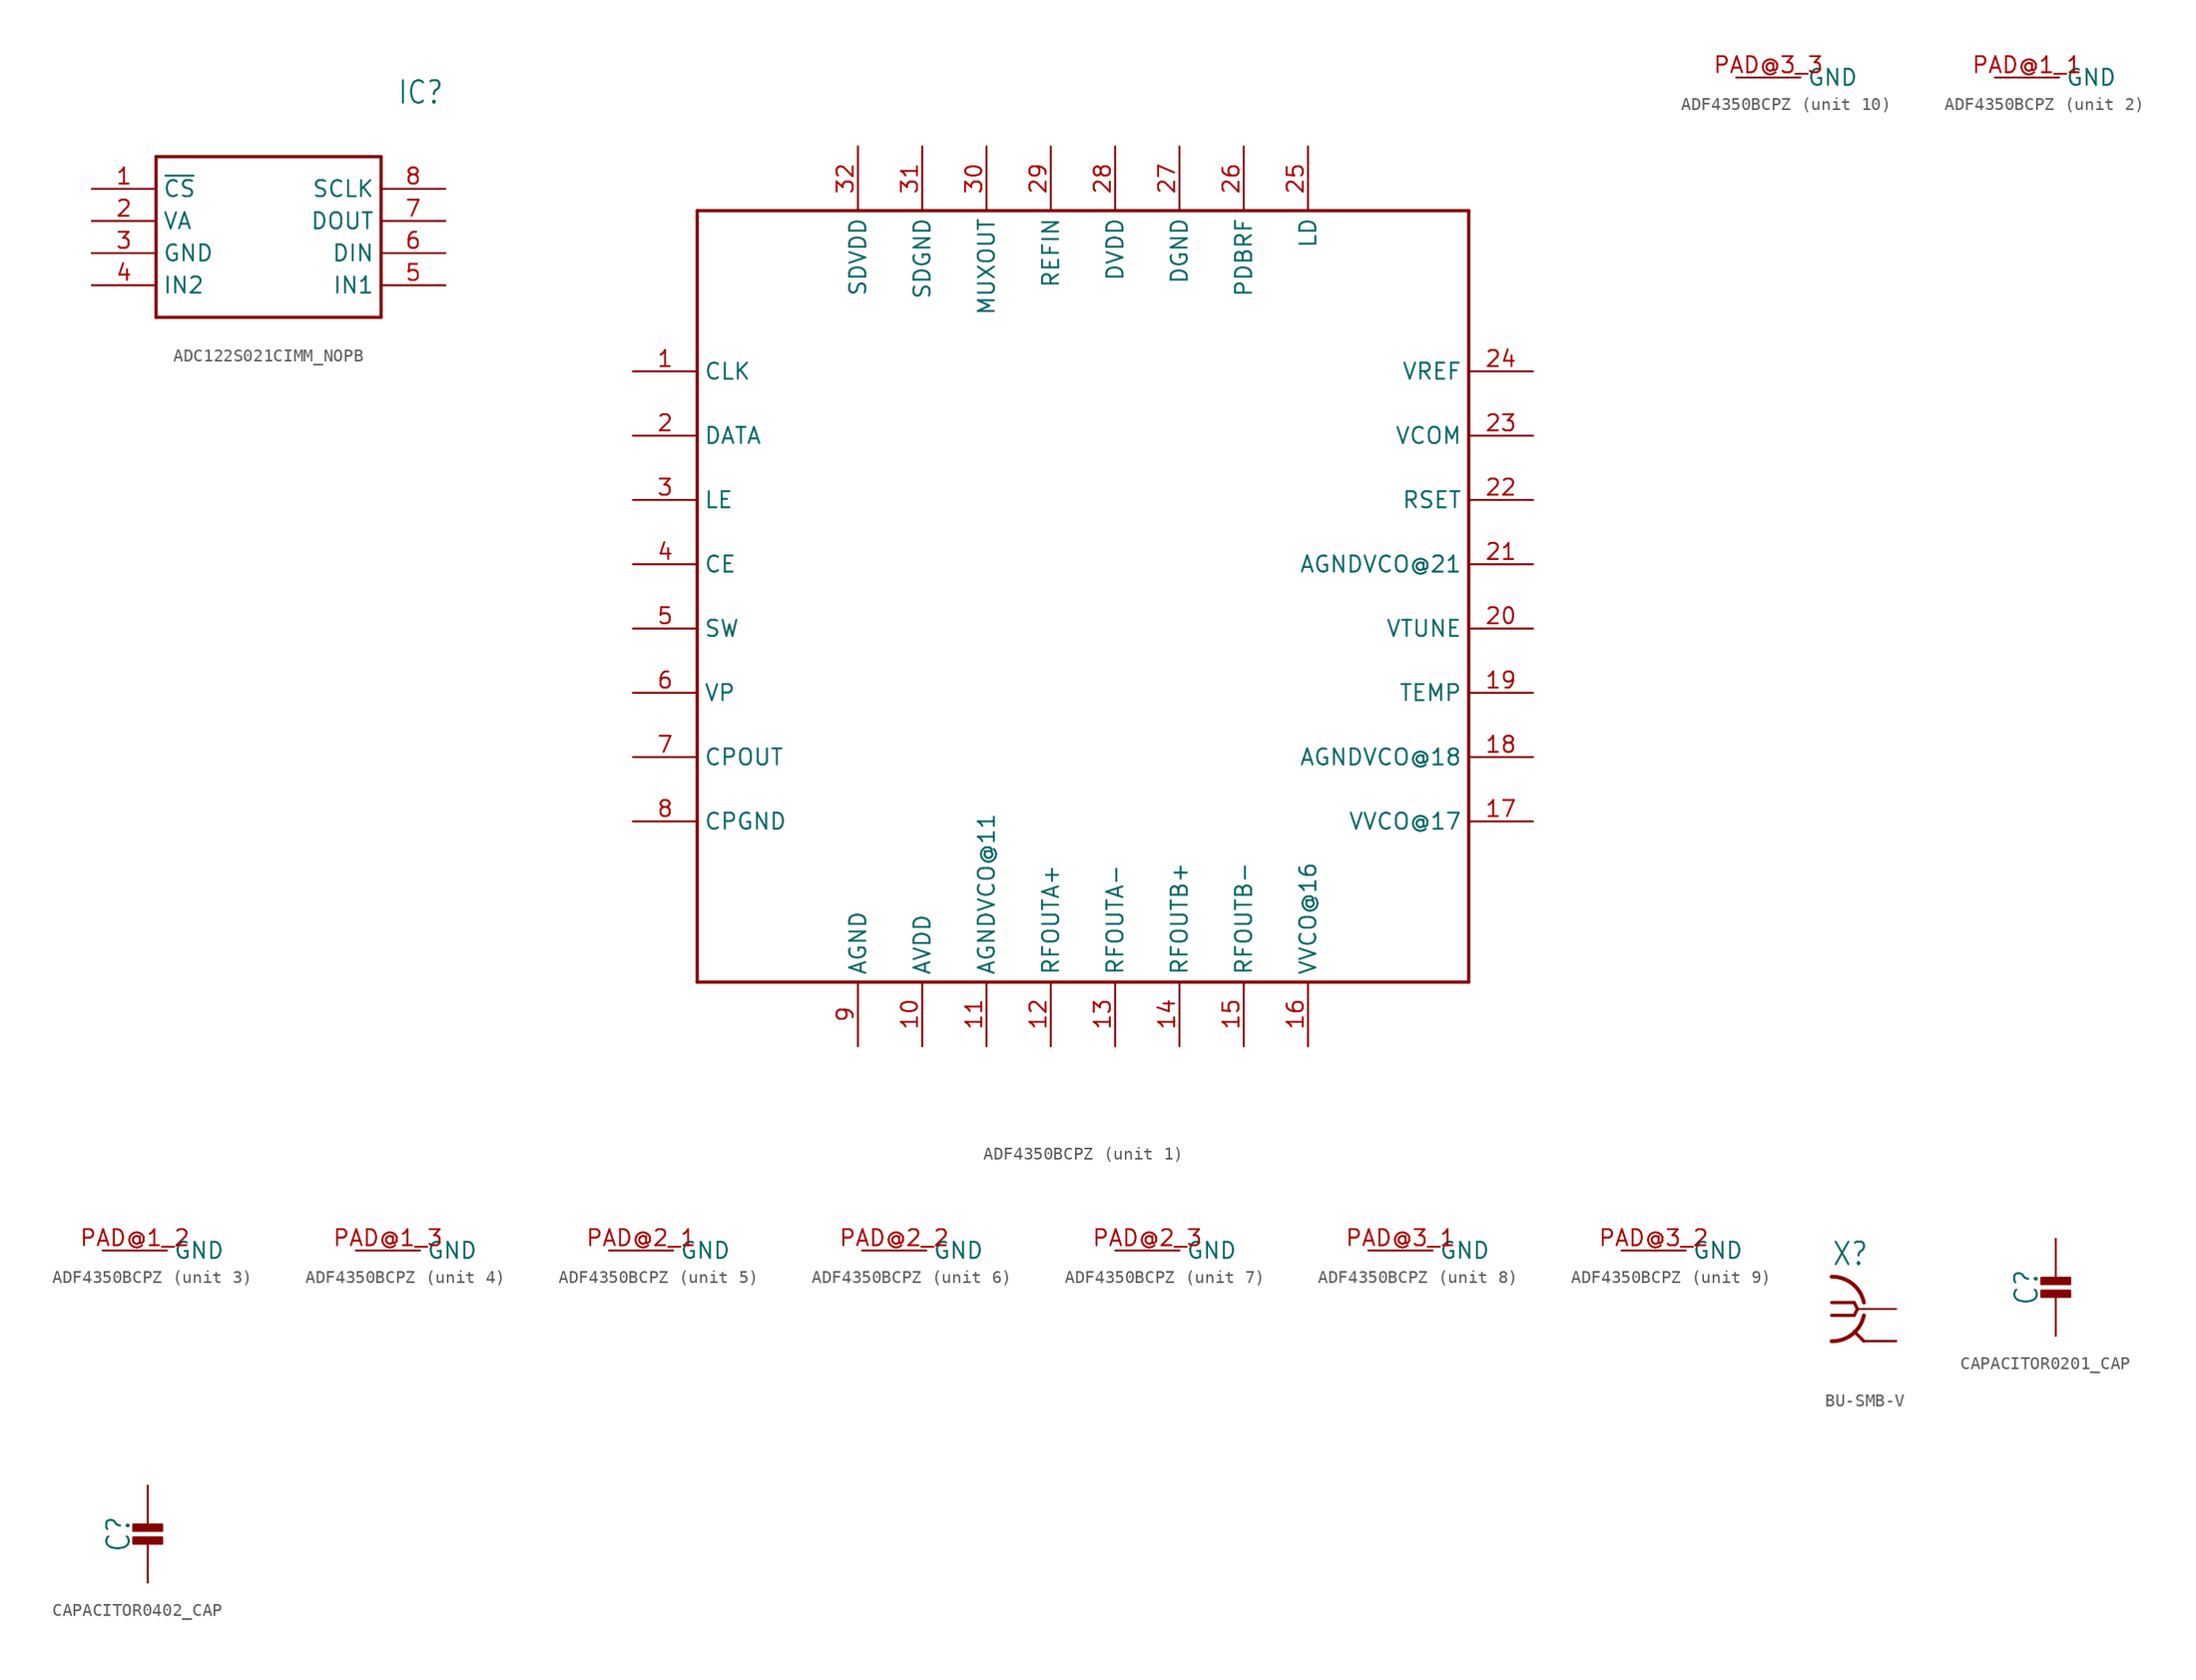
<source format=kicad_sym>
(kicad_symbol_lib
  (version 20231120)
  (generator "kicad_symbol_editor")
  (generator_version "8.0")
  (symbol "ADC122S021CIMM_NOPB"
    (property "Reference" "IC"
      (at 24.13 7.62 0)
      (effects (font (size 1.778 1.511)) (justify left)))
    (property "Value" ""
      (at 24.13 5.08 0)
      (effects (font (size 1.778 1.511)) (justify left)))
    (property "ki_locked" ""
      (at 0 0 0)
      (effects (font (size 1.27 1.27))))
    (symbol "ADC122S021CIMM_NOPB_1_0"
      (polyline (pts (xy 5.08 2.54) (xy 5.08 -10.16)) (stroke (width 0.254) (type solid)) (fill (type none)))
      (polyline (pts (xy 5.08 2.54) (xy 22.86 2.54)) (stroke (width 0.254) (type solid)) (fill (type none)))
      (polyline (pts (xy 22.86 -10.16) (xy 5.08 -10.16)) (stroke (width 0.254) (type solid)) (fill (type none)))
      (polyline (pts (xy 22.86 -10.16) (xy 22.86 2.54)) (stroke (width 0.254) (type solid)) (fill (type none)))
      (pin input line (at 0 0 0) (length 5.08) (name "~{CS}" (effects (font (size 1.27 1.27)))) (number "1" (effects (font (size 1.27 1.27)))))
      (pin bidirectional line (at 0 -2.54 0) (length 5.08) (name "VA" (effects (font (size 1.27 1.27)))) (number "2" (effects (font (size 1.27 1.27)))))
      (pin power_in line (at 0 -5.08 0) (length 5.08) (name "GND" (effects (font (size 1.27 1.27)))) (number "3" (effects (font (size 1.27 1.27)))))
      (pin input line (at 0 -7.62 0) (length 5.08) (name "IN2" (effects (font (size 1.27 1.27)))) (number "4" (effects (font (size 1.27 1.27)))))
      (pin input line (at 27.94 -7.62 180) (length 5.08) (name "IN1" (effects (font (size 1.27 1.27)))) (number "5" (effects (font (size 1.27 1.27)))))
      (pin input line (at 27.94 -5.08 180) (length 5.08) (name "DIN" (effects (font (size 1.27 1.27)))) (number "6" (effects (font (size 1.27 1.27)))))
      (pin output line (at 27.94 -2.54 180) (length 5.08) (name "DOUT" (effects (font (size 1.27 1.27)))) (number "7" (effects (font (size 1.27 1.27)))))
      (pin input line (at 27.94 0 180) (length 5.08) (name "SCLK" (effects (font (size 1.27 1.27)))) (number "8" (effects (font (size 1.27 1.27)))))))
  (symbol "ADF4350BCPZ"
    (property "Reference" "U"
      (at -2.286 0.508 0)
      (effects (font (size 1.778 1.511)) (justify left bottom) (hide yes)))
    (property "ki_locked" ""
      (at 0 0 0)
      (effects (font (size 1.27 1.27))))
    (symbol "ADF4350BCPZ_1_0"
      (polyline (pts (xy -30.48 -30.48) (xy 30.48 -30.48)) (stroke (width 0.254) (type solid)) (fill (type none)))
      (polyline (pts (xy -30.48 30.48) (xy -30.48 -30.48)) (stroke (width 0.254) (type solid)) (fill (type none)))
      (polyline (pts (xy 30.48 -30.48) (xy 30.48 30.48)) (stroke (width 0.254) (type solid)) (fill (type none)))
      (polyline (pts (xy 30.48 30.48) (xy -30.48 30.48)) (stroke (width 0.254) (type solid)) (fill (type none)))
      (pin input line (at -35.56 17.78 0) (length 5.08) (name "CLK" (effects (font (size 1.27 1.27)))) (number "1" (effects (font (size 1.27 1.27)))))
      (pin power_in line (at -12.7 -35.56 90) (length 5.08) (name "AVDD" (effects (font (size 1.27 1.27)))) (number "10" (effects (font (size 1.27 1.27)))))
      (pin power_in line (at -7.62 -35.56 90) (length 5.08) (name "AGNDVCO@11" (effects (font (size 1.27 1.27)))) (number "11" (effects (font (size 1.27 1.27)))))
      (pin output line (at -2.54 -35.56 90) (length 5.08) (name "RFOUTA+" (effects (font (size 1.27 1.27)))) (number "12" (effects (font (size 1.27 1.27)))))
      (pin output line (at 2.54 -35.56 90) (length 5.08) (name "RFOUTA-" (effects (font (size 1.27 1.27)))) (number "13" (effects (font (size 1.27 1.27)))))
      (pin output line (at 7.62 -35.56 90) (length 5.08) (name "RFOUTB+" (effects (font (size 1.27 1.27)))) (number "14" (effects (font (size 1.27 1.27)))))
      (pin output line (at 12.7 -35.56 90) (length 5.08) (name "RFOUTB-" (effects (font (size 1.27 1.27)))) (number "15" (effects (font (size 1.27 1.27)))))
      (pin power_in line (at 17.78 -35.56 90) (length 5.08) (name "VVCO@16" (effects (font (size 1.27 1.27)))) (number "16" (effects (font (size 1.27 1.27)))))
      (pin power_in line (at 35.56 -17.78 180) (length 5.08) (name "VVCO@17" (effects (font (size 1.27 1.27)))) (number "17" (effects (font (size 1.27 1.27)))))
      (pin power_in line (at 35.56 -12.7 180) (length 5.08) (name "AGNDVCO@18" (effects (font (size 1.27 1.27)))) (number "18" (effects (font (size 1.27 1.27)))))
      (pin output line (at 35.56 -7.62 180) (length 5.08) (name "TEMP" (effects (font (size 1.27 1.27)))) (number "19" (effects (font (size 1.27 1.27)))))
      (pin input line (at -35.56 12.7 0) (length 5.08) (name "DATA" (effects (font (size 1.27 1.27)))) (number "2" (effects (font (size 1.27 1.27)))))
      (pin input line (at 35.56 -2.54 180) (length 5.08) (name "VTUNE" (effects (font (size 1.27 1.27)))) (number "20" (effects (font (size 1.27 1.27)))))
      (pin power_in line (at 35.56 2.54 180) (length 5.08) (name "AGNDVCO@21" (effects (font (size 1.27 1.27)))) (number "21" (effects (font (size 1.27 1.27)))))
      (pin input line (at 35.56 7.62 180) (length 5.08) (name "RSET" (effects (font (size 1.27 1.27)))) (number "22" (effects (font (size 1.27 1.27)))))
      (pin output line (at 35.56 12.7 180) (length 5.08) (name "VCOM" (effects (font (size 1.27 1.27)))) (number "23" (effects (font (size 1.27 1.27)))))
      (pin output line (at 35.56 17.78 180) (length 5.08) (name "VREF" (effects (font (size 1.27 1.27)))) (number "24" (effects (font (size 1.27 1.27)))))
      (pin output line (at 17.78 35.56 270) (length 5.08) (name "LD" (effects (font (size 1.27 1.27)))) (number "25" (effects (font (size 1.27 1.27)))))
      (pin input line (at 12.7 35.56 270) (length 5.08) (name "PDBRF" (effects (font (size 1.27 1.27)))) (number "26" (effects (font (size 1.27 1.27)))))
      (pin power_in line (at 7.62 35.56 270) (length 5.08) (name "DGND" (effects (font (size 1.27 1.27)))) (number "27" (effects (font (size 1.27 1.27)))))
      (pin power_in line (at 2.54 35.56 270) (length 5.08) (name "DVDD" (effects (font (size 1.27 1.27)))) (number "28" (effects (font (size 1.27 1.27)))))
      (pin input line (at -2.54 35.56 270) (length 5.08) (name "REFIN" (effects (font (size 1.27 1.27)))) (number "29" (effects (font (size 1.27 1.27)))))
      (pin input line (at -35.56 7.62 0) (length 5.08) (name "LE" (effects (font (size 1.27 1.27)))) (number "3" (effects (font (size 1.27 1.27)))))
      (pin output line (at -7.62 35.56 270) (length 5.08) (name "MUXOUT" (effects (font (size 1.27 1.27)))) (number "30" (effects (font (size 1.27 1.27)))))
      (pin power_in line (at -12.7 35.56 270) (length 5.08) (name "SDGND" (effects (font (size 1.27 1.27)))) (number "31" (effects (font (size 1.27 1.27)))))
      (pin power_in line (at -17.78 35.56 270) (length 5.08) (name "SDVDD" (effects (font (size 1.27 1.27)))) (number "32" (effects (font (size 1.27 1.27)))))
      (pin input line (at -35.56 2.54 0) (length 5.08) (name "CE" (effects (font (size 1.27 1.27)))) (number "4" (effects (font (size 1.27 1.27)))))
      (pin input line (at -35.56 -2.54 0) (length 5.08) (name "SW" (effects (font (size 1.27 1.27)))) (number "5" (effects (font (size 1.27 1.27)))))
      (pin power_in line (at -35.56 -7.62 0) (length 5.08) (name "VP" (effects (font (size 1.27 1.27)))) (number "6" (effects (font (size 1.27 1.27)))))
      (pin output line (at -35.56 -12.7 0) (length 5.08) (name "CPOUT" (effects (font (size 1.27 1.27)))) (number "7" (effects (font (size 1.27 1.27)))))
      (pin power_in line (at -35.56 -17.78 0) (length 5.08) (name "CPGND" (effects (font (size 1.27 1.27)))) (number "8" (effects (font (size 1.27 1.27)))))
      (pin power_in line (at -17.78 -35.56 90) (length 5.08) (name "AGND" (effects (font (size 1.27 1.27)))) (number "9" (effects (font (size 1.27 1.27))))))
    (symbol "ADF4350BCPZ_2_0"
      (pin power_in line (at -5.08 0 0) (length 5.08) (name "GND" (effects (font (size 1.27 1.27)))) (number "PAD@1_1" (effects (font (size 1.27 1.27))))))
    (symbol "ADF4350BCPZ_3_0"
      (pin power_in line (at -5.08 0 0) (length 5.08) (name "GND" (effects (font (size 1.27 1.27)))) (number "PAD@1_2" (effects (font (size 1.27 1.27))))))
    (symbol "ADF4350BCPZ_4_0"
      (pin power_in line (at -5.08 0 0) (length 5.08) (name "GND" (effects (font (size 1.27 1.27)))) (number "PAD@1_3" (effects (font (size 1.27 1.27))))))
    (symbol "ADF4350BCPZ_5_0"
      (pin power_in line (at -5.08 0 0) (length 5.08) (name "GND" (effects (font (size 1.27 1.27)))) (number "PAD@2_1" (effects (font (size 1.27 1.27))))))
    (symbol "ADF4350BCPZ_6_0"
      (pin power_in line (at -5.08 0 0) (length 5.08) (name "GND" (effects (font (size 1.27 1.27)))) (number "PAD@2_2" (effects (font (size 1.27 1.27))))))
    (symbol "ADF4350BCPZ_7_0"
      (pin power_in line (at -5.08 0 0) (length 5.08) (name "GND" (effects (font (size 1.27 1.27)))) (number "PAD@2_3" (effects (font (size 1.27 1.27))))))
    (symbol "ADF4350BCPZ_8_0"
      (pin power_in line (at -5.08 0 0) (length 5.08) (name "GND" (effects (font (size 1.27 1.27)))) (number "PAD@3_1" (effects (font (size 1.27 1.27))))))
    (symbol "ADF4350BCPZ_9_0"
      (pin power_in line (at -5.08 0 0) (length 5.08) (name "GND" (effects (font (size 1.27 1.27)))) (number "PAD@3_2" (effects (font (size 1.27 1.27))))))
    (symbol "ADF4350BCPZ_10_0"
      (pin power_in line (at -5.08 0 0) (length 5.08) (name "GND" (effects (font (size 1.27 1.27)))) (number "PAD@3_3" (effects (font (size 1.27 1.27)))))))
  (symbol "BU-SMB-V"
    (property "Reference" "X"
      (at -2.54 3.302 0)
      (effects (font (size 1.778 1.511)) (justify left bottom)))
    (property "Value" ""
      (at -2.54 -5.08 0)
      (effects (font (size 1.778 1.511)) (justify left bottom)))
    (property "ki_locked" ""
      (at 0 0 0)
      (effects (font (size 1.27 1.27))))
    (symbol "BU-SMB-V_1_0"
      (arc (start -2.54 -2.54) (mid -0.9022 -1.9838) (end 0 -0.508) (stroke (width 0.3048) (type solid)) (fill (type none)))
      (polyline (pts (xy -2.54 0.508) (xy -0.762 0.508)) (stroke (width 0.254) (type solid)) (fill (type none)))
      (polyline (pts (xy -0.762 -0.508) (xy -2.54 -0.508)) (stroke (width 0.254) (type solid)) (fill (type none)))
      (polyline (pts (xy -0.762 0.508) (xy -0.508 0)) (stroke (width 0.254) (type solid)) (fill (type none)))
      (polyline (pts (xy -0.508 0) (xy -0.762 -0.508)) (stroke (width 0.254) (type solid)) (fill (type none)))
      (polyline (pts (xy 0 -2.54) (xy -0.762 -1.778)) (stroke (width 0.254) (type solid)) (fill (type none)))
      (polyline (pts (xy 0 0) (xy -0.508 0)) (stroke (width 0.152) (type solid)) (fill (type none)))
      (arc (start 0 0.508) (mid -0.9022 1.9838) (end -2.54 2.54) (stroke (width 0.3048) (type solid)) (fill (type none)))
      (pin passive line (at 2.54 0 180) (length 2.54) (name "1" (effects (font (size 0 0)))) (number "1" (effects (font (size 0 0)))))
      (pin passive line (at 2.54 -2.54 180) (length 2.54) (name "2" (effects (font (size 0 0)))) (number "2" (effects (font (size 0 0)))))
      (pin passive line (at 2.54 -2.54 180) (length 2.54) (name "2" (effects (font (size 0 0)))) (number "3" (effects (font (size 0 0)))))
      (pin passive line (at 2.54 -2.54 180) (length 2.54) (name "2" (effects (font (size 0 0)))) (number "4" (effects (font (size 0 0)))))
      (pin passive line (at 2.54 -2.54 180) (length 2.54) (name "2" (effects (font (size 0 0)))) (number "5" (effects (font (size 0 0)))))))
  (symbol "CAPACITOR0201_CAP"
    (property "Reference" "C"
      (at -1.27 -1.27 90)
      (effects (font (size 1.778 1.511)) (justify bottom)))
    (property "Value" ""
      (at 1.27 -1.27 90)
      (effects (font (size 1.778 1.511)) (justify top)))
    (property "ki_locked" ""
      (at 0 0 0)
      (effects (font (size 1.27 1.27))))
    (symbol "CAPACITOR0201_CAP_1_0"
      (rectangle (start -1.143 -2.032) (end 1.143 -1.524) (stroke (width 0) (type default)) (fill (type outline)))
      (rectangle (start -1.143 -1.016) (end 1.143 -0.508) (stroke (width 0) (type default)) (fill (type outline)))
      (polyline (pts (xy 0 -5.08) (xy 0 -1.778)) (stroke (width 0.152) (type solid)) (fill (type none)))
      (polyline (pts (xy 0 2.54) (xy 0 -0.508)) (stroke (width 0.152) (type solid)) (fill (type none)))
      (pin bidirectional line (at 0 2.54 270) (length 0) (name "1" (effects (font (size 0 0)))) (number "P$1" (effects (font (size 0 0)))))
      (pin bidirectional line (at 0 -5.08 90) (length 0) (name "2" (effects (font (size 0 0)))) (number "P$2" (effects (font (size 0 0)))))))
  (symbol "CAPACITOR0402_CAP"
    (property "Reference" "C"
      (at -1.27 -1.27 90)
      (effects (font (size 1.778 1.511)) (justify bottom)))
    (property "Value" ""
      (at 1.27 -1.27 90)
      (effects (font (size 1.778 1.511)) (justify top)))
    (property "ki_locked" ""
      (at 0 0 0)
      (effects (font (size 1.27 1.27))))
    (symbol "CAPACITOR0402_CAP_1_0"
      (rectangle (start -1.143 -2.032) (end 1.143 -1.524) (stroke (width 0) (type default)) (fill (type outline)))
      (rectangle (start -1.143 -1.016) (end 1.143 -0.508) (stroke (width 0) (type default)) (fill (type outline)))
      (polyline (pts (xy 0 -5.08) (xy 0 -1.778)) (stroke (width 0.152) (type solid)) (fill (type none)))
      (polyline (pts (xy 0 2.54) (xy 0 -0.508)) (stroke (width 0.152) (type solid)) (fill (type none)))
      (pin bidirectional line (at 0 2.54 270) (length 0) (name "1" (effects (font (size 0 0)))) (number "1" (effects (font (size 0 0)))))
      (pin bidirectional line (at 0 -5.08 90) (length 0) (name "2" (effects (font (size 0 0)))) (number "2" (effects (font (size 0 0))))))))
</source>
